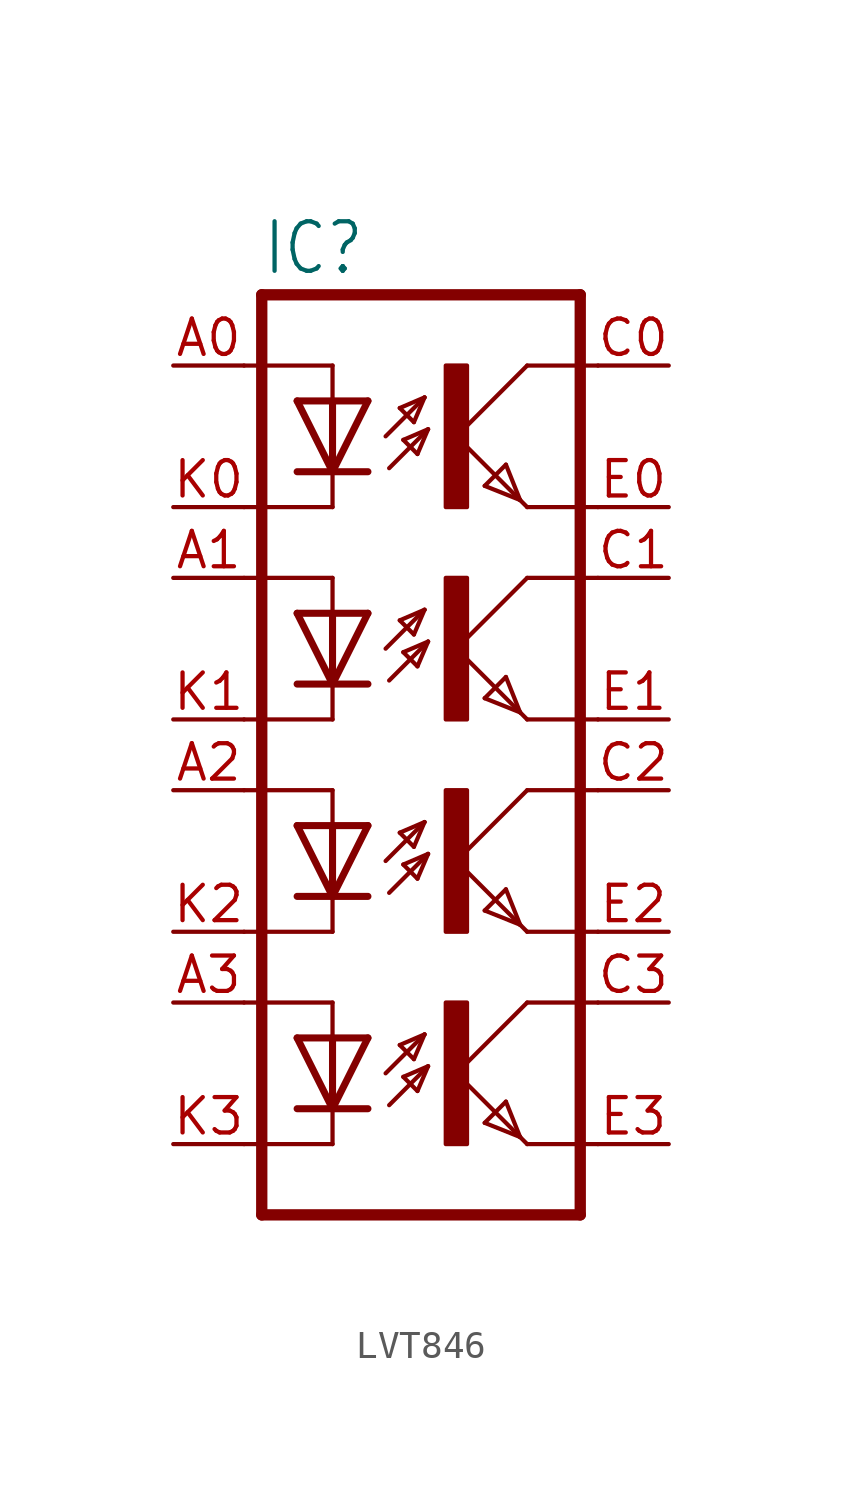
<source format=kicad_sym>
(kicad_symbol_lib
  (version 20211014)
  (generator kicad_symbol_editor)
  (symbol "LVT846"
    (property "Reference" "IC"
      (at -4.445 15.875 0)
      (effects (font (size 1.778 1.511)) (justify left bottom)))
    (property "ki_locked" ""
      (at 0 0 0)
      (effects (font (size 1.27 1.27))))
    (symbol "LVT846_1_0"
      (polyline (pts (xy -4.445 -17.78) (xy 6.985 -17.78)) (stroke (width 0.406) (type default) (color 0 0 0 0)) (fill (type none)))
      (polyline (pts (xy -4.445 15.24) (xy -4.445 -17.78)) (stroke (width 0.406) (type default) (color 0 0 0 0)) (fill (type none)))
      (polyline (pts (xy -4.445 15.24) (xy 6.985 15.24)) (stroke (width 0.406) (type default) (color 0 0 0 0)) (fill (type none)))
      (polyline (pts (xy -1.905 -15.24) (xy -5.08 -15.24)) (stroke (width 0.152) (type default) (color 0 0 0 0)) (fill (type none)))
      (polyline (pts (xy -1.905 -13.97) (xy -3.175 -13.97)) (stroke (width 0.254) (type default) (color 0 0 0 0)) (fill (type none)))
      (polyline (pts (xy -1.905 -13.97) (xy -3.175 -11.43)) (stroke (width 0.254) (type default) (color 0 0 0 0)) (fill (type none)))
      (polyline (pts (xy -1.905 -13.97) (xy -1.905 -15.24)) (stroke (width 0.152) (type default) (color 0 0 0 0)) (fill (type none)))
      (polyline (pts (xy -1.905 -11.43) (xy -3.175 -11.43)) (stroke (width 0.254) (type default) (color 0 0 0 0)) (fill (type none)))
      (polyline (pts (xy -1.905 -11.43) (xy -1.905 -13.97)) (stroke (width 0.254) (type default) (color 0 0 0 0)) (fill (type none)))
      (polyline (pts (xy -1.905 -10.16) (xy -5.08 -10.16)) (stroke (width 0.152) (type default) (color 0 0 0 0)) (fill (type none)))
      (polyline (pts (xy -1.905 -10.16) (xy -1.905 -11.43)) (stroke (width 0.152) (type default) (color 0 0 0 0)) (fill (type none)))
      (polyline (pts (xy -1.905 -7.62) (xy -5.08 -7.62)) (stroke (width 0.152) (type default) (color 0 0 0 0)) (fill (type none)))
      (polyline (pts (xy -1.905 -6.35) (xy -3.175 -6.35)) (stroke (width 0.254) (type default) (color 0 0 0 0)) (fill (type none)))
      (polyline (pts (xy -1.905 -6.35) (xy -3.175 -3.81)) (stroke (width 0.254) (type default) (color 0 0 0 0)) (fill (type none)))
      (polyline (pts (xy -1.905 -6.35) (xy -1.905 -7.62)) (stroke (width 0.152) (type default) (color 0 0 0 0)) (fill (type none)))
      (polyline (pts (xy -1.905 -3.81) (xy -3.175 -3.81)) (stroke (width 0.254) (type default) (color 0 0 0 0)) (fill (type none)))
      (polyline (pts (xy -1.905 -3.81) (xy -1.905 -6.35)) (stroke (width 0.254) (type default) (color 0 0 0 0)) (fill (type none)))
      (polyline (pts (xy -1.905 -2.54) (xy -5.08 -2.54)) (stroke (width 0.152) (type default) (color 0 0 0 0)) (fill (type none)))
      (polyline (pts (xy -1.905 -2.54) (xy -1.905 -3.81)) (stroke (width 0.152) (type default) (color 0 0 0 0)) (fill (type none)))
      (polyline (pts (xy -1.905 0) (xy -5.08 0)) (stroke (width 0.152) (type default) (color 0 0 0 0)) (fill (type none)))
      (polyline (pts (xy -1.905 1.27) (xy -3.175 1.27)) (stroke (width 0.254) (type default) (color 0 0 0 0)) (fill (type none)))
      (polyline (pts (xy -1.905 1.27) (xy -3.175 3.81)) (stroke (width 0.254) (type default) (color 0 0 0 0)) (fill (type none)))
      (polyline (pts (xy -1.905 1.27) (xy -1.905 0)) (stroke (width 0.152) (type default) (color 0 0 0 0)) (fill (type none)))
      (polyline (pts (xy -1.905 3.81) (xy -3.175 3.81)) (stroke (width 0.254) (type default) (color 0 0 0 0)) (fill (type none)))
      (polyline (pts (xy -1.905 3.81) (xy -1.905 1.27)) (stroke (width 0.254) (type default) (color 0 0 0 0)) (fill (type none)))
      (polyline (pts (xy -1.905 5.08) (xy -5.08 5.08)) (stroke (width 0.152) (type default) (color 0 0 0 0)) (fill (type none)))
      (polyline (pts (xy -1.905 5.08) (xy -1.905 3.81)) (stroke (width 0.152) (type default) (color 0 0 0 0)) (fill (type none)))
      (polyline (pts (xy -1.905 7.62) (xy -5.08 7.62)) (stroke (width 0.152) (type default) (color 0 0 0 0)) (fill (type none)))
      (polyline (pts (xy -1.905 8.89) (xy -3.175 8.89)) (stroke (width 0.254) (type default) (color 0 0 0 0)) (fill (type none)))
      (polyline (pts (xy -1.905 8.89) (xy -3.175 11.43)) (stroke (width 0.254) (type default) (color 0 0 0 0)) (fill (type none)))
      (polyline (pts (xy -1.905 8.89) (xy -1.905 7.62)) (stroke (width 0.152) (type default) (color 0 0 0 0)) (fill (type none)))
      (polyline (pts (xy -1.905 11.43) (xy -3.175 11.43)) (stroke (width 0.254) (type default) (color 0 0 0 0)) (fill (type none)))
      (polyline (pts (xy -1.905 11.43) (xy -1.905 8.89)) (stroke (width 0.254) (type default) (color 0 0 0 0)) (fill (type none)))
      (polyline (pts (xy -1.905 12.7) (xy -5.08 12.7)) (stroke (width 0.152) (type default) (color 0 0 0 0)) (fill (type none)))
      (polyline (pts (xy -1.905 12.7) (xy -1.905 11.43)) (stroke (width 0.152) (type default) (color 0 0 0 0)) (fill (type none)))
      (polyline (pts (xy -0.635 -13.97) (xy -1.905 -13.97)) (stroke (width 0.254) (type default) (color 0 0 0 0)) (fill (type none)))
      (polyline (pts (xy -0.635 -11.43) (xy -1.905 -13.97)) (stroke (width 0.254) (type default) (color 0 0 0 0)) (fill (type none)))
      (polyline (pts (xy -0.635 -11.43) (xy -1.905 -11.43)) (stroke (width 0.254) (type default) (color 0 0 0 0)) (fill (type none)))
      (polyline (pts (xy -0.635 -6.35) (xy -1.905 -6.35)) (stroke (width 0.254) (type default) (color 0 0 0 0)) (fill (type none)))
      (polyline (pts (xy -0.635 -3.81) (xy -1.905 -6.35)) (stroke (width 0.254) (type default) (color 0 0 0 0)) (fill (type none)))
      (polyline (pts (xy -0.635 -3.81) (xy -1.905 -3.81)) (stroke (width 0.254) (type default) (color 0 0 0 0)) (fill (type none)))
      (polyline (pts (xy -0.635 1.27) (xy -1.905 1.27)) (stroke (width 0.254) (type default) (color 0 0 0 0)) (fill (type none)))
      (polyline (pts (xy -0.635 3.81) (xy -1.905 1.27)) (stroke (width 0.254) (type default) (color 0 0 0 0)) (fill (type none)))
      (polyline (pts (xy -0.635 3.81) (xy -1.905 3.81)) (stroke (width 0.254) (type default) (color 0 0 0 0)) (fill (type none)))
      (polyline (pts (xy -0.635 8.89) (xy -1.905 8.89)) (stroke (width 0.254) (type default) (color 0 0 0 0)) (fill (type none)))
      (polyline (pts (xy -0.635 11.43) (xy -1.905 8.89)) (stroke (width 0.254) (type default) (color 0 0 0 0)) (fill (type none)))
      (polyline (pts (xy -0.635 11.43) (xy -1.905 11.43)) (stroke (width 0.254) (type default) (color 0 0 0 0)) (fill (type none)))
      (polyline (pts (xy 0 -12.7) (xy 1.397 -11.303)) (stroke (width 0.152) (type default) (color 0 0 0 0)) (fill (type none)))
      (polyline (pts (xy 0 -5.08) (xy 1.397 -3.683)) (stroke (width 0.152) (type default) (color 0 0 0 0)) (fill (type none)))
      (polyline (pts (xy 0 2.54) (xy 1.397 3.937)) (stroke (width 0.152) (type default) (color 0 0 0 0)) (fill (type none)))
      (polyline (pts (xy 0 10.16) (xy 1.397 11.557)) (stroke (width 0.152) (type default) (color 0 0 0 0)) (fill (type none)))
      (polyline (pts (xy 0.127 -13.843) (xy 1.524 -12.446)) (stroke (width 0.152) (type default) (color 0 0 0 0)) (fill (type none)))
      (polyline (pts (xy 0.127 -6.223) (xy 1.524 -4.826)) (stroke (width 0.152) (type default) (color 0 0 0 0)) (fill (type none)))
      (polyline (pts (xy 0.127 1.397) (xy 1.524 2.794)) (stroke (width 0.152) (type default) (color 0 0 0 0)) (fill (type none)))
      (polyline (pts (xy 0.127 9.017) (xy 1.524 10.414)) (stroke (width 0.152) (type default) (color 0 0 0 0)) (fill (type none)))
      (polyline (pts (xy 0.508 -11.684) (xy 1.016 -12.192)) (stroke (width 0.152) (type default) (color 0 0 0 0)) (fill (type none)))
      (polyline (pts (xy 0.508 -4.064) (xy 1.016 -4.572)) (stroke (width 0.152) (type default) (color 0 0 0 0)) (fill (type none)))
      (polyline (pts (xy 0.508 3.556) (xy 1.016 3.048)) (stroke (width 0.152) (type default) (color 0 0 0 0)) (fill (type none)))
      (polyline (pts (xy 0.508 11.176) (xy 1.016 10.668)) (stroke (width 0.152) (type default) (color 0 0 0 0)) (fill (type none)))
      (polyline (pts (xy 0.635 -12.827) (xy 1.143 -13.335)) (stroke (width 0.152) (type default) (color 0 0 0 0)) (fill (type none)))
      (polyline (pts (xy 0.635 -5.207) (xy 1.143 -5.715)) (stroke (width 0.152) (type default) (color 0 0 0 0)) (fill (type none)))
      (polyline (pts (xy 0.635 2.413) (xy 1.143 1.905)) (stroke (width 0.152) (type default) (color 0 0 0 0)) (fill (type none)))
      (polyline (pts (xy 0.635 10.033) (xy 1.143 9.525)) (stroke (width 0.152) (type default) (color 0 0 0 0)) (fill (type none)))
      (polyline (pts (xy 1.016 -12.192) (xy 1.397 -11.303)) (stroke (width 0.152) (type default) (color 0 0 0 0)) (fill (type none)))
      (polyline (pts (xy 1.016 -4.572) (xy 1.397 -3.683)) (stroke (width 0.152) (type default) (color 0 0 0 0)) (fill (type none)))
      (polyline (pts (xy 1.016 3.048) (xy 1.397 3.937)) (stroke (width 0.152) (type default) (color 0 0 0 0)) (fill (type none)))
      (polyline (pts (xy 1.016 10.668) (xy 1.397 11.557)) (stroke (width 0.152) (type default) (color 0 0 0 0)) (fill (type none)))
      (polyline (pts (xy 1.143 -13.335) (xy 1.524 -12.446)) (stroke (width 0.152) (type default) (color 0 0 0 0)) (fill (type none)))
      (polyline (pts (xy 1.143 -5.715) (xy 1.524 -4.826)) (stroke (width 0.152) (type default) (color 0 0 0 0)) (fill (type none)))
      (polyline (pts (xy 1.143 1.905) (xy 1.524 2.794)) (stroke (width 0.152) (type default) (color 0 0 0 0)) (fill (type none)))
      (polyline (pts (xy 1.143 9.525) (xy 1.524 10.414)) (stroke (width 0.152) (type default) (color 0 0 0 0)) (fill (type none)))
      (polyline (pts (xy 1.397 -11.303) (xy 0.508 -11.684)) (stroke (width 0.152) (type default) (color 0 0 0 0)) (fill (type none)))
      (polyline (pts (xy 1.397 -3.683) (xy 0.508 -4.064)) (stroke (width 0.152) (type default) (color 0 0 0 0)) (fill (type none)))
      (polyline (pts (xy 1.397 3.937) (xy 0.508 3.556)) (stroke (width 0.152) (type default) (color 0 0 0 0)) (fill (type none)))
      (polyline (pts (xy 1.397 11.557) (xy 0.508 11.176)) (stroke (width 0.152) (type default) (color 0 0 0 0)) (fill (type none)))
      (polyline (pts (xy 1.524 -12.446) (xy 0.635 -12.827)) (stroke (width 0.152) (type default) (color 0 0 0 0)) (fill (type none)))
      (polyline (pts (xy 1.524 -4.826) (xy 0.635 -5.207)) (stroke (width 0.152) (type default) (color 0 0 0 0)) (fill (type none)))
      (polyline (pts (xy 1.524 2.794) (xy 0.635 2.413)) (stroke (width 0.152) (type default) (color 0 0 0 0)) (fill (type none)))
      (polyline (pts (xy 1.524 10.414) (xy 0.635 10.033)) (stroke (width 0.152) (type default) (color 0 0 0 0)) (fill (type none)))
      (polyline (pts (xy 2.54 -12.7) (xy 4.826 -14.986)) (stroke (width 0.152) (type default) (color 0 0 0 0)) (fill (type none)))
      (polyline (pts (xy 2.54 -5.08) (xy 4.826 -7.366)) (stroke (width 0.152) (type default) (color 0 0 0 0)) (fill (type none)))
      (polyline (pts (xy 2.54 2.54) (xy 4.826 0.254)) (stroke (width 0.152) (type default) (color 0 0 0 0)) (fill (type none)))
      (polyline (pts (xy 2.54 10.16) (xy 4.826 7.874)) (stroke (width 0.152) (type default) (color 0 0 0 0)) (fill (type none)))
      (polyline (pts (xy 3.556 -14.478) (xy 4.318 -13.716)) (stroke (width 0.152) (type default) (color 0 0 0 0)) (fill (type none)))
      (polyline (pts (xy 3.556 -6.858) (xy 4.318 -6.096)) (stroke (width 0.152) (type default) (color 0 0 0 0)) (fill (type none)))
      (polyline (pts (xy 3.556 0.762) (xy 4.318 1.524)) (stroke (width 0.152) (type default) (color 0 0 0 0)) (fill (type none)))
      (polyline (pts (xy 3.556 8.382) (xy 4.318 9.144)) (stroke (width 0.152) (type default) (color 0 0 0 0)) (fill (type none)))
      (polyline (pts (xy 4.318 -13.716) (xy 4.826 -14.986)) (stroke (width 0.152) (type default) (color 0 0 0 0)) (fill (type none)))
      (polyline (pts (xy 4.318 -6.096) (xy 4.826 -7.366)) (stroke (width 0.152) (type default) (color 0 0 0 0)) (fill (type none)))
      (polyline (pts (xy 4.318 1.524) (xy 4.826 0.254)) (stroke (width 0.152) (type default) (color 0 0 0 0)) (fill (type none)))
      (polyline (pts (xy 4.318 9.144) (xy 4.826 7.874)) (stroke (width 0.152) (type default) (color 0 0 0 0)) (fill (type none)))
      (polyline (pts (xy 4.826 -14.986) (xy 3.556 -14.478)) (stroke (width 0.152) (type default) (color 0 0 0 0)) (fill (type none)))
      (polyline (pts (xy 4.826 -14.986) (xy 5.08 -15.24)) (stroke (width 0.152) (type default) (color 0 0 0 0)) (fill (type none)))
      (polyline (pts (xy 4.826 -7.366) (xy 3.556 -6.858)) (stroke (width 0.152) (type default) (color 0 0 0 0)) (fill (type none)))
      (polyline (pts (xy 4.826 -7.366) (xy 5.08 -7.62)) (stroke (width 0.152) (type default) (color 0 0 0 0)) (fill (type none)))
      (polyline (pts (xy 4.826 0.254) (xy 3.556 0.762)) (stroke (width 0.152) (type default) (color 0 0 0 0)) (fill (type none)))
      (polyline (pts (xy 4.826 0.254) (xy 5.08 0)) (stroke (width 0.152) (type default) (color 0 0 0 0)) (fill (type none)))
      (polyline (pts (xy 4.826 7.874) (xy 3.556 8.382)) (stroke (width 0.152) (type default) (color 0 0 0 0)) (fill (type none)))
      (polyline (pts (xy 4.826 7.874) (xy 5.08 7.62)) (stroke (width 0.152) (type default) (color 0 0 0 0)) (fill (type none)))
      (polyline (pts (xy 5.08 -15.24) (xy 7.62 -15.24)) (stroke (width 0.152) (type default) (color 0 0 0 0)) (fill (type none)))
      (polyline (pts (xy 5.08 -10.16) (xy 2.54 -12.7)) (stroke (width 0.152) (type default) (color 0 0 0 0)) (fill (type none)))
      (polyline (pts (xy 5.08 -10.16) (xy 7.62 -10.16)) (stroke (width 0.152) (type default) (color 0 0 0 0)) (fill (type none)))
      (polyline (pts (xy 5.08 -7.62) (xy 7.62 -7.62)) (stroke (width 0.152) (type default) (color 0 0 0 0)) (fill (type none)))
      (polyline (pts (xy 5.08 -2.54) (xy 2.54 -5.08)) (stroke (width 0.152) (type default) (color 0 0 0 0)) (fill (type none)))
      (polyline (pts (xy 5.08 -2.54) (xy 7.62 -2.54)) (stroke (width 0.152) (type default) (color 0 0 0 0)) (fill (type none)))
      (polyline (pts (xy 5.08 0) (xy 7.62 0)) (stroke (width 0.152) (type default) (color 0 0 0 0)) (fill (type none)))
      (polyline (pts (xy 5.08 5.08) (xy 2.54 2.54)) (stroke (width 0.152) (type default) (color 0 0 0 0)) (fill (type none)))
      (polyline (pts (xy 5.08 5.08) (xy 7.62 5.08)) (stroke (width 0.152) (type default) (color 0 0 0 0)) (fill (type none)))
      (polyline (pts (xy 5.08 7.62) (xy 7.62 7.62)) (stroke (width 0.152) (type default) (color 0 0 0 0)) (fill (type none)))
      (polyline (pts (xy 5.08 12.7) (xy 2.54 10.16)) (stroke (width 0.152) (type default) (color 0 0 0 0)) (fill (type none)))
      (polyline (pts (xy 5.08 12.7) (xy 7.62 12.7)) (stroke (width 0.152) (type default) (color 0 0 0 0)) (fill (type none)))
      (polyline (pts (xy 6.985 15.24) (xy 6.985 -17.78)) (stroke (width 0.406) (type default) (color 0 0 0 0)) (fill (type none)))
      (rectangle (start 2.159 -15.24) (end 2.921 -10.16) (stroke (width 0) (type default) (color 0 0 0 0)) (fill (type outline)))
      (rectangle (start 2.159 -7.62) (end 2.921 -2.54) (stroke (width 0) (type default) (color 0 0 0 0)) (fill (type outline)))
      (rectangle (start 2.159 0) (end 2.921 5.08) (stroke (width 0) (type default) (color 0 0 0 0)) (fill (type outline)))
      (rectangle (start 2.159 7.62) (end 2.921 12.7) (stroke (width 0) (type default) (color 0 0 0 0)) (fill (type outline)))
      (pin passive line (at -7.62 12.7 0) (length 2.54) (name "A0" (effects (font (size 0 0)))) (number "A0" (effects (font (size 1.27 1.27)))))
      (pin passive line (at -7.62 5.08 0) (length 2.54) (name "A1" (effects (font (size 0 0)))) (number "A1" (effects (font (size 1.27 1.27)))))
      (pin passive line (at -7.62 -2.54 0) (length 2.54) (name "A2" (effects (font (size 0 0)))) (number "A2" (effects (font (size 1.27 1.27)))))
      (pin passive line (at -7.62 -10.16 0) (length 2.54) (name "A3" (effects (font (size 0 0)))) (number "A3" (effects (font (size 1.27 1.27)))))
      (pin passive line (at 10.16 12.7 180) (length 2.54) (name "COL0" (effects (font (size 0 0)))) (number "C0" (effects (font (size 1.27 1.27)))))
      (pin passive line (at 10.16 5.08 180) (length 2.54) (name "COL1" (effects (font (size 0 0)))) (number "C1" (effects (font (size 1.27 1.27)))))
      (pin passive line (at 10.16 -2.54 180) (length 2.54) (name "COL2" (effects (font (size 0 0)))) (number "C2" (effects (font (size 1.27 1.27)))))
      (pin passive line (at 10.16 -10.16 180) (length 2.54) (name "COL3" (effects (font (size 0 0)))) (number "C3" (effects (font (size 1.27 1.27)))))
      (pin passive line (at 10.16 7.62 180) (length 2.54) (name "EMIT0" (effects (font (size 0 0)))) (number "E0" (effects (font (size 1.27 1.27)))))
      (pin passive line (at 10.16 0 180) (length 2.54) (name "EMIT1" (effects (font (size 0 0)))) (number "E1" (effects (font (size 1.27 1.27)))))
      (pin passive line (at 10.16 -7.62 180) (length 2.54) (name "EMIT2" (effects (font (size 0 0)))) (number "E2" (effects (font (size 1.27 1.27)))))
      (pin passive line (at 10.16 -15.24 180) (length 2.54) (name "EMIT3" (effects (font (size 0 0)))) (number "E3" (effects (font (size 1.27 1.27)))))
      (pin passive line (at -7.62 7.62 0) (length 2.54) (name "C0" (effects (font (size 0 0)))) (number "K0" (effects (font (size 1.27 1.27)))))
      (pin passive line (at -7.62 0 0) (length 2.54) (name "C1" (effects (font (size 0 0)))) (number "K1" (effects (font (size 1.27 1.27)))))
      (pin passive line (at -7.62 -7.62 0) (length 2.54) (name "C2" (effects (font (size 0 0)))) (number "K2" (effects (font (size 1.27 1.27)))))
      (pin passive line (at -7.62 -15.24 0) (length 2.54) (name "C3" (effects (font (size 0 0)))) (number "K3" (effects (font (size 1.27 1.27))))))))
</source>
